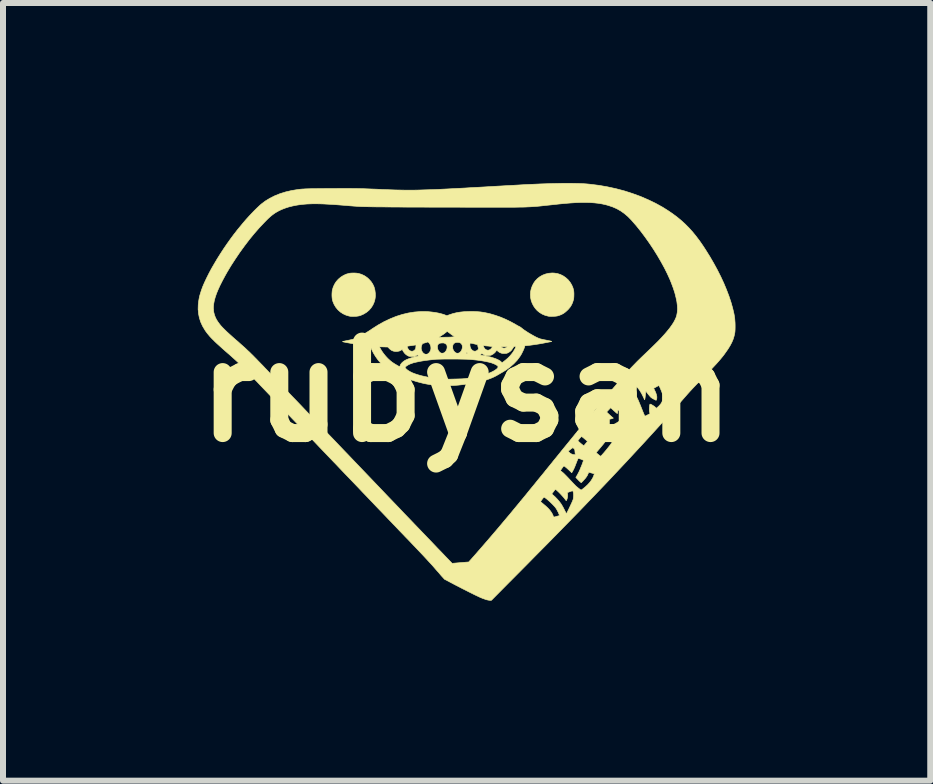
<source format=kicad_pcb>
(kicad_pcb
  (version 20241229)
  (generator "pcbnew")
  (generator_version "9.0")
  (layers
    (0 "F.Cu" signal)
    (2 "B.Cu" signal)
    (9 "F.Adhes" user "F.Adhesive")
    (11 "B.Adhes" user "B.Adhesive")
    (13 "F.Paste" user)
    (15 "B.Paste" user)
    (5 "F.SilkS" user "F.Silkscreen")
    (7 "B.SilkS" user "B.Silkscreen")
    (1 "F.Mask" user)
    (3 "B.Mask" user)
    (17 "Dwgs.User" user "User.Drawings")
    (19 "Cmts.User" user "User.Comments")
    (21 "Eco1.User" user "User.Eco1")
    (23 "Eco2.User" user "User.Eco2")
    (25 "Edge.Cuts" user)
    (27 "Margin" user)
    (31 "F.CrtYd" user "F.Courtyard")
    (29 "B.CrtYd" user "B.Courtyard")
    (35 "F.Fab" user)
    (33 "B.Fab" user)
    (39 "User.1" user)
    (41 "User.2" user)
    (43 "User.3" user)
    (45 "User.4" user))
  (footprint "rubysan"
    (layer "F.Cu")
    (at 4.724 3.476)
    (property "Reference" "rubysan" (at 0 0 0) (layer "F.SilkS") (effects (font (size 1.524 1.524) (thickness 0.3))))
    (attr through_hole)
    (fp_poly (pts (xy 1.464 -1.976) (xy 1.515 -1.968) (xy 1.564 -1.952) (xy 1.61 -1.929) (xy 1.652 -1.9) (xy 1.691 -1.865) (xy 1.724 -1.824) (xy 1.751 -1.78) (xy 1.772 -1.731) (xy 1.783 -1.691) (xy 1.786 -1.669) (xy 1.788 -1.642) (xy 1.788 -1.612) (xy 1.787 -1.582) (xy 1.785 -1.555) (xy 1.781 -1.533) (xy 1.78 -1.531) (xy 1.766 -1.485) (xy 1.748 -1.446) (xy 1.725 -1.409) (xy 1.696 -1.374) (xy 1.681 -1.359) (xy 1.648 -1.329) (xy 1.616 -1.305) (xy 1.583 -1.287) (xy 1.546 -1.272) (xy 1.517 -1.263) (xy 1.5 -1.26) (xy 1.477 -1.257) (xy 1.451 -1.256) (xy 1.423 -1.255) (xy 1.397 -1.255) (xy 1.375 -1.256) (xy 1.361 -1.258) (xy 1.308 -1.272) (xy 1.259 -1.293) (xy 1.215 -1.32) (xy 1.176 -1.352) (xy 1.143 -1.389) (xy 1.115 -1.43) (xy 1.093 -1.473) (xy 1.076 -1.52) (xy 1.066 -1.568) (xy 1.063 -1.617) (xy 1.066 -1.667) (xy 1.077 -1.716) (xy 1.095 -1.765) (xy 1.12 -1.812) (xy 1.143 -1.845) (xy 1.18 -1.884) (xy 1.221 -1.916) (xy 1.267 -1.942) (xy 1.317 -1.961) (xy 1.37 -1.973) (xy 1.426 -1.978) (xy 1.464 -1.976)) (stroke (width 0.01) (type solid)) (fill yes) (layer "F.SilkS"))
    (fp_poly (pts (xy -1.863 -1.977) (xy -1.832 -1.975) (xy -1.806 -1.971) (xy -1.804 -1.971) (xy -1.753 -1.956) (xy -1.704 -1.933) (xy -1.659 -1.903) (xy -1.631 -1.878) (xy -1.593 -1.837) (xy -1.564 -1.793) (xy -1.542 -1.746) (xy -1.528 -1.695) (xy -1.521 -1.641) (xy -1.521 -1.635) (xy -1.52 -1.595) (xy -1.523 -1.561) (xy -1.529 -1.529) (xy -1.539 -1.496) (xy -1.541 -1.489) (xy -1.563 -1.44) (xy -1.592 -1.396) (xy -1.627 -1.356) (xy -1.668 -1.322) (xy -1.714 -1.294) (xy -1.763 -1.272) (xy -1.783 -1.265) (xy -1.808 -1.26) (xy -1.838 -1.256) (xy -1.871 -1.255) (xy -1.904 -1.254) (xy -1.935 -1.256) (xy -1.958 -1.26) (xy -2.011 -1.276) (xy -2.06 -1.299) (xy -2.104 -1.328) (xy -2.144 -1.364) (xy -2.178 -1.405) (xy -2.206 -1.451) (xy -2.227 -1.5) (xy -2.238 -1.541) (xy -2.241 -1.566) (xy -2.243 -1.596) (xy -2.243 -1.629) (xy -2.241 -1.66) (xy -2.238 -1.688) (xy -2.237 -1.692) (xy -2.222 -1.743) (xy -2.2 -1.791) (xy -2.172 -1.835) (xy -2.137 -1.874) (xy -2.097 -1.908) (xy -2.053 -1.936) (xy -2.006 -1.958) (xy -1.955 -1.972) (xy -1.95 -1.973) (xy -1.925 -1.976) (xy -1.895 -1.977) (xy -1.863 -1.977)) (stroke (width 0.01) (type solid)) (fill yes) (layer "F.SilkS"))
    (fp_poly (pts (xy 0.17 -1.334) (xy 0.231 -1.329) (xy 0.291 -1.32) (xy 0.354 -1.307) (xy 0.396 -1.297) (xy 0.48 -1.272) (xy 0.566 -1.242) (xy 0.651 -1.206) (xy 0.735 -1.165) (xy 0.813 -1.122) (xy 0.832 -1.111) (xy 0.852 -1.099) (xy 0.87 -1.09) (xy 0.875 -1.088) (xy 0.893 -1.078) (xy 0.911 -1.065) (xy 0.921 -1.057) (xy 0.939 -1.042) (xy 0.963 -1.025) (xy 0.992 -1.006) (xy 1.024 -0.985) (xy 1.059 -0.964) (xy 1.094 -0.944) (xy 1.128 -0.925) (xy 1.16 -0.908) (xy 1.171 -0.903) (xy 1.187 -0.896) (xy 1.2 -0.89) (xy 1.214 -0.885) (xy 1.228 -0.88) (xy 1.245 -0.876) (xy 1.267 -0.871) (xy 1.294 -0.865) (xy 1.317 -0.861) (xy 1.345 -0.855) (xy 1.37 -0.85) (xy 1.391 -0.846) (xy 1.406 -0.842) (xy 1.416 -0.84) (xy 1.418 -0.84) (xy 1.418 -0.838) (xy 1.417 -0.837) (xy 1.412 -0.835) (xy 1.404 -0.833) (xy 1.391 -0.83) (xy 1.372 -0.827) (xy 1.348 -0.822) (xy 1.315 -0.816) (xy 1.302 -0.813) (xy 1.249 -0.803) (xy 1.196 -0.794) (xy 1.144 -0.786) (xy 1.095 -0.779) (xy 1.05 -0.773) (xy 1.012 -0.769) (xy 1.003 -0.768) (xy 0.971 -0.765) (xy 0.964 -0.739) (xy 0.956 -0.717) (xy 0.945 -0.691) (xy 0.931 -0.662) (xy 0.917 -0.633) (xy 0.901 -0.606) (xy 0.889 -0.587) (xy 0.842 -0.524) (xy 0.787 -0.466) (xy 0.725 -0.412) (xy 0.656 -0.361) (xy 0.604 -0.329) (xy 0.583 -0.317) (xy 0.562 -0.305) (xy 0.544 -0.294) (xy 0.532 -0.287) (xy 0.492 -0.264) (xy 0.45 -0.243) (xy 0.406 -0.224) (xy 0.358 -0.206) (xy 0.305 -0.19) (xy 0.247 -0.175) (xy 0.182 -0.16) (xy 0.112 -0.146) (xy 0.023 -0.13) (xy -0.061 -0.118) (xy -0.142 -0.109) (xy -0.222 -0.103) (xy -0.302 -0.101) (xy -0.385 -0.101) (xy -0.428 -0.102) (xy -0.487 -0.105) (xy -0.545 -0.11) (xy -0.6 -0.117) (xy -0.656 -0.126) (xy -0.713 -0.137) (xy -0.773 -0.152) (xy -0.836 -0.169) (xy -0.904 -0.19) (xy -0.969 -0.211) (xy -1.055 -0.242) (xy -1.133 -0.274) (xy -1.203 -0.308) (xy -1.267 -0.344) (xy -1.325 -0.383) (xy -1.347 -0.402) (xy -1.024 -0.402) (xy -1.022 -0.397) (xy -1.014 -0.388) (xy -1.004 -0.377) (xy -1.002 -0.375) (xy -0.977 -0.355) (xy -0.944 -0.335) (xy -0.904 -0.315) (xy -0.857 -0.297) (xy -0.804 -0.28) (xy -0.746 -0.264) (xy -0.683 -0.25) (xy -0.617 -0.237) (xy -0.546 -0.227) (xy -0.473 -0.218) (xy -0.398 -0.211) (xy -0.379 -0.21) (xy -0.359 -0.209) (xy -0.331 -0.209) (xy -0.299 -0.209) (xy -0.263 -0.209) (xy -0.224 -0.21) (xy -0.185 -0.211) (xy -0.146 -0.212) (xy -0.11 -0.213) (xy -0.078 -0.214) (xy -0.05 -0.216) (xy -0.03 -0.218) (xy -0.03 -0.218) (xy 0.033 -0.226) (xy 0.097 -0.236) (xy 0.159 -0.247) (xy 0.218 -0.26) (xy 0.273 -0.274) (xy 0.321 -0.289) (xy 0.349 -0.299) (xy 0.389 -0.315) (xy 0.425 -0.331) (xy 0.457 -0.348) (xy 0.483 -0.365) (xy 0.504 -0.381) (xy 0.518 -0.396) (xy 0.524 -0.41) (xy 0.525 -0.414) (xy 0.522 -0.422) (xy 0.514 -0.431) (xy 0.512 -0.434) (xy 0.487 -0.45) (xy 0.455 -0.465) (xy 0.415 -0.48) (xy 0.366 -0.493) (xy 0.31 -0.505) (xy 0.246 -0.516) (xy 0.174 -0.526) (xy 0.096 -0.534) (xy 0.076 -0.536) (xy 0.051 -0.538) (xy 0.018 -0.54) (xy -0.021 -0.541) (xy -0.064 -0.542) (xy -0.111 -0.543) (xy -0.161 -0.544) (xy -0.212 -0.544) (xy -0.264 -0.544) (xy -0.314 -0.544) (xy -0.363 -0.544) (xy -0.408 -0.543) (xy -0.449 -0.542) (xy -0.485 -0.541) (xy -0.514 -0.54) (xy -0.529 -0.538) (xy -0.616 -0.529) (xy -0.696 -0.519) (xy -0.768 -0.507) (xy -0.832 -0.494) (xy -0.887 -0.481) (xy -0.915 -0.471) (xy -0.943 -0.461) (xy -0.968 -0.449) (xy -0.99 -0.436) (xy -1.007 -0.424) (xy -1.019 -0.413) (xy -1.024 -0.403) (xy -1.024 -0.402) (xy -1.347 -0.402) (xy -1.377 -0.425) (xy -1.425 -0.471) (xy -1.469 -0.52) (xy -1.489 -0.547) (xy -1.511 -0.578) (xy -1.533 -0.612) (xy -1.554 -0.648) (xy -1.572 -0.683) (xy -1.587 -0.716) (xy -1.598 -0.744) (xy -1.599 -0.747) (xy -1.6 -0.749) (xy -1.452 -0.749) (xy -1.438 -0.72) (xy -1.414 -0.679) (xy -1.384 -0.636) (xy -1.35 -0.594) (xy -1.313 -0.554) (xy -1.275 -0.519) (xy -1.238 -0.489) (xy -1.234 -0.487) (xy -1.214 -0.474) (xy -1.193 -0.46) (xy -1.172 -0.448) (xy -1.152 -0.436) (xy -1.136 -0.427) (xy -1.123 -0.421) (xy -1.115 -0.418) (xy -1.113 -0.418) (xy -1.111 -0.424) (xy -1.107 -0.435) (xy -1.105 -0.44) (xy -1.1 -0.454) (xy -1.09 -0.467) (xy -1.075 -0.484) (xy -1.074 -0.485) (xy -1.052 -0.504) (xy -1.027 -0.521) (xy -0.997 -0.536) (xy -0.962 -0.55) (xy -0.921 -0.564) (xy -0.873 -0.577) (xy -0.863 -0.579) (xy -0.801 -0.595) (xy -0.814 -0.611) (xy 0.225 -0.611) (xy 0.283 -0.601) (xy 0.342 -0.59) (xy 0.397 -0.578) (xy 0.446 -0.563) (xy 0.489 -0.548) (xy 0.526 -0.531) (xy 0.556 -0.514) (xy 0.577 -0.496) (xy 0.577 -0.496) (xy 0.583 -0.49) (xy 0.588 -0.487) (xy 0.593 -0.486) (xy 0.6 -0.489) (xy 0.609 -0.495) (xy 0.623 -0.506) (xy 0.642 -0.521) (xy 0.647 -0.525) (xy 0.688 -0.56) (xy 0.724 -0.597) (xy 0.757 -0.637) (xy 0.762 -0.644) (xy 0.773 -0.659) (xy 0.784 -0.677) (xy 0.796 -0.696) (xy 0.806 -0.715) (xy 0.814 -0.731) (xy 0.82 -0.743) (xy 0.821 -0.749) (xy 0.817 -0.752) (xy 0.806 -0.753) (xy 0.803 -0.753) (xy 0.794 -0.752) (xy 0.787 -0.749) (xy 0.781 -0.742) (xy 0.774 -0.73) (xy 0.771 -0.726) (xy 0.749 -0.693) (xy 0.722 -0.668) (xy 0.694 -0.651) (xy 0.68 -0.644) (xy 0.669 -0.64) (xy 0.657 -0.638) (xy 0.641 -0.637) (xy 0.627 -0.637) (xy 0.606 -0.637) (xy 0.591 -0.639) (xy 0.579 -0.642) (xy 0.566 -0.647) (xy 0.56 -0.649) (xy 0.544 -0.658) (xy 0.528 -0.669) (xy 0.518 -0.677) (xy 0.502 -0.694) (xy 0.491 -0.676) (xy 0.471 -0.651) (xy 0.446 -0.63) (xy 0.42 -0.614) (xy 0.407 -0.609) (xy 0.395 -0.606) (xy 0.381 -0.604) (xy 0.363 -0.603) (xy 0.355 -0.603) (xy 0.336 -0.603) (xy 0.322 -0.604) (xy 0.31 -0.607) (xy 0.298 -0.612) (xy 0.284 -0.619) (xy 0.253 -0.635) (xy 0.239 -0.623) (xy 0.225 -0.611) (xy -0.814 -0.611) (xy -0.816 -0.614) (xy -0.843 -0.6) (xy -0.856 -0.594) (xy -0.866 -0.59) (xy -0.877 -0.587) (xy -0.892 -0.587) (xy -0.912 -0.586) (xy -0.932 -0.587) (xy -0.947 -0.588) (xy -0.959 -0.59) (xy -0.97 -0.594) (xy -0.979 -0.598) (xy -1.008 -0.617) (xy -1.034 -0.642) (xy -1.055 -0.671) (xy -1.058 -0.677) (xy -1.065 -0.689) (xy -1.07 -0.699) (xy -1.073 -0.703) (xy -1.073 -0.703) (xy -1.077 -0.701) (xy -1.086 -0.695) (xy -1.091 -0.692) (xy -1.119 -0.678) (xy -1.151 -0.671) (xy -1.185 -0.67) (xy -1.217 -0.675) (xy -1.246 -0.686) (xy -1.272 -0.704) (xy -1.288 -0.719) (xy -1.312 -0.744) (xy -1.452 -0.749) (xy -1.6 -0.749) (xy -1.6 -0.751) (xy -0.991 -0.751) (xy -0.988 -0.741) (xy -0.982 -0.728) (xy -0.974 -0.713) (xy -0.964 -0.7) (xy -0.958 -0.693) (xy -0.939 -0.68) (xy -0.918 -0.674) (xy -0.898 -0.675) (xy -0.886 -0.679) (xy -0.875 -0.686) (xy -0.864 -0.696) (xy -0.861 -0.699) (xy -0.854 -0.707) (xy -0.85 -0.716) (xy -0.848 -0.724) (xy -0.757 -0.724) (xy -0.752 -0.694) (xy -0.74 -0.667) (xy -0.73 -0.652) (xy -0.71 -0.634) (xy -0.69 -0.624) (xy -0.669 -0.623) (xy -0.65 -0.628) (xy -0.637 -0.637) (xy -0.007 -0.637) (xy -0.006 -0.632) (xy 0.002 -0.631) (xy 0.006 -0.631) (xy 0.021 -0.631) (xy 0.003 -0.656) (xy -0.003 -0.647) (xy -0.007 -0.637) (xy -0.637 -0.637) (xy -0.635 -0.638) (xy -0.62 -0.654) (xy -0.607 -0.674) (xy -0.598 -0.694) (xy -0.594 -0.723) (xy -0.596 -0.752) (xy -0.597 -0.754) (xy -0.486 -0.754) (xy -0.486 -0.732) (xy -0.48 -0.708) (xy -0.471 -0.686) (xy -0.456 -0.666) (xy -0.437 -0.649) (xy -0.434 -0.647) (xy -0.417 -0.641) (xy -0.397 -0.641) (xy -0.377 -0.647) (xy -0.365 -0.655) (xy -0.348 -0.673) (xy -0.334 -0.697) (xy -0.326 -0.723) (xy -0.324 -0.744) (xy -0.324 -0.744) (xy -0.233 -0.744) (xy -0.229 -0.713) (xy -0.218 -0.686) (xy -0.2 -0.663) (xy -0.184 -0.65) (xy -0.164 -0.641) (xy -0.143 -0.64) (xy -0.121 -0.648) (xy -0.111 -0.655) (xy -0.093 -0.674) (xy -0.08 -0.698) (xy -0.072 -0.726) (xy -0.07 -0.745) (xy -0.073 -0.772) (xy -0.075 -0.776) (xy 0.055 -0.776) (xy 0.059 -0.749) (xy 0.068 -0.723) (xy 0.083 -0.701) (xy 0.101 -0.685) (xy 0.122 -0.676) (xy 0.142 -0.674) (xy 0.162 -0.68) (xy 0.167 -0.683) (xy 0.179 -0.691) (xy 0.189 -0.7) (xy 0.191 -0.703) (xy 0.195 -0.709) (xy 0.197 -0.716) (xy 0.195 -0.725) (xy 0.193 -0.737) (xy 0.189 -0.752) (xy 0.187 -0.765) (xy 0.187 -0.767) (xy 0.277 -0.767) (xy 0.28 -0.759) (xy 0.282 -0.753) (xy 0.294 -0.728) (xy 0.31 -0.709) (xy 0.329 -0.697) (xy 0.35 -0.691) (xy 0.372 -0.693) (xy 0.385 -0.699) (xy 0.397 -0.706) (xy 0.409 -0.718) (xy 0.419 -0.73) (xy 0.426 -0.741) (xy 0.427 -0.746) (xy 0.579 -0.746) (xy 0.579 -0.744) (xy 0.58 -0.743) (xy 0.599 -0.73) (xy 0.62 -0.725) (xy 0.642 -0.727) (xy 0.659 -0.735) (xy 0.669 -0.741) (xy 0.676 -0.746) (xy 0.677 -0.747) (xy 0.673 -0.748) (xy 0.663 -0.749) (xy 0.647 -0.749) (xy 0.627 -0.749) (xy 0.626 -0.749) (xy 0.604 -0.749) (xy 0.59 -0.749) (xy 0.582 -0.748) (xy 0.579 -0.746) (xy 0.427 -0.746) (xy 0.428 -0.748) (xy 0.427 -0.749) (xy 0.426 -0.751) (xy 0.422 -0.752) (xy 0.415 -0.754) (xy 0.404 -0.755) (xy 0.387 -0.757) (xy 0.364 -0.76) (xy 0.337 -0.762) (xy 0.317 -0.764) (xy 0.3 -0.766) (xy 0.288 -0.768) (xy 0.283 -0.769) (xy 0.278 -0.77) (xy 0.277 -0.767) (xy 0.187 -0.767) (xy 0.186 -0.771) (xy 0.184 -0.781) (xy 0.177 -0.785) (xy 0.169 -0.787) (xy 0.155 -0.79) (xy 0.137 -0.794) (xy 0.116 -0.799) (xy 0.114 -0.8) (xy 0.091 -0.805) (xy 0.074 -0.808) (xy 0.064 -0.809) (xy 0.059 -0.808) (xy 0.058 -0.807) (xy 0.057 -0.801) (xy 0.055 -0.788) (xy 0.055 -0.776) (xy -0.075 -0.776) (xy -0.083 -0.793) (xy -0.099 -0.809) (xy -0.12 -0.819) (xy -0.147 -0.822) (xy -0.177 -0.82) (xy -0.2 -0.811) (xy -0.217 -0.797) (xy -0.228 -0.777) (xy -0.232 -0.752) (xy -0.233 -0.744) (xy -0.324 -0.744) (xy -0.326 -0.766) (xy -0.333 -0.782) (xy -0.346 -0.795) (xy -0.36 -0.804) (xy -0.372 -0.809) (xy -0.383 -0.812) (xy -0.398 -0.812) (xy -0.411 -0.812) (xy -0.428 -0.81) (xy -0.444 -0.808) (xy -0.454 -0.804) (xy -0.455 -0.804) (xy -0.471 -0.792) (xy -0.481 -0.775) (xy -0.486 -0.754) (xy -0.597 -0.754) (xy -0.605 -0.78) (xy -0.619 -0.805) (xy -0.629 -0.815) (xy -0.643 -0.829) (xy -0.689 -0.815) (xy -0.734 -0.802) (xy -0.744 -0.782) (xy -0.754 -0.754) (xy -0.757 -0.724) (xy -0.848 -0.724) (xy -0.847 -0.726) (xy -0.846 -0.742) (xy -0.845 -0.747) (xy -0.843 -0.78) (xy -0.855 -0.778) (xy -0.864 -0.776) (xy -0.878 -0.774) (xy -0.897 -0.771) (xy -0.915 -0.768) (xy -0.942 -0.765) (xy -0.961 -0.762) (xy -0.975 -0.76) (xy -0.983 -0.758) (xy -0.988 -0.756) (xy -0.99 -0.754) (xy -0.991 -0.752) (xy -0.991 -0.751) (xy -1.6 -0.751) (xy -1.603 -0.76) (xy -1.686 -0.769) (xy -1.715 -0.773) (xy -1.747 -0.777) (xy -1.782 -0.782) (xy -1.819 -0.788) (xy -1.857 -0.794) (xy -1.894 -0.8) (xy -1.93 -0.806) (xy -1.964 -0.812) (xy -1.995 -0.817) (xy -2.022 -0.823) (xy -2.043 -0.827) (xy -2.058 -0.831) (xy -2.066 -0.833) (xy -2.067 -0.834) (xy -2.064 -0.836) (xy -2.054 -0.839) (xy -2.038 -0.842) (xy -2.017 -0.847) (xy -1.992 -0.852) (xy -1.978 -0.855) (xy -1.949 -0.861) (xy -1.922 -0.867) (xy -1.896 -0.873) (xy -1.876 -0.878) (xy -1.861 -0.883) (xy -1.858 -0.883) (xy -1.833 -0.894) (xy -1.811 -0.905) (xy -0.464 -0.905) (xy -0.349 -0.908) (xy -0.318 -0.908) (xy -0.288 -0.909) (xy -0.262 -0.91) (xy -0.24 -0.912) (xy -0.224 -0.913) (xy -0.216 -0.913) (xy -0.197 -0.917) (xy -0.218 -0.929) (xy -0.229 -0.936) (xy -0.246 -0.947) (xy -0.264 -0.961) (xy -0.281 -0.974) (xy -0.324 -1.006) (xy -0.343 -0.989) (xy -0.354 -0.981) (xy -0.369 -0.969) (xy -0.388 -0.955) (xy -0.409 -0.942) (xy -0.413 -0.939) (xy -0.464 -0.905) (xy -1.811 -0.905) (xy -1.801 -0.91) (xy -1.765 -0.929) (xy -1.725 -0.951) (xy -1.683 -0.977) (xy -1.639 -1.004) (xy -1.594 -1.033) (xy -1.573 -1.048) (xy -1.474 -1.111) (xy -1.374 -1.167) (xy -1.274 -1.214) (xy -1.173 -1.255) (xy -1.072 -1.287) (xy -0.971 -1.311) (xy -0.871 -1.327) (xy -0.771 -1.335) (xy -0.672 -1.335) (xy -0.646 -1.334) (xy -0.587 -1.328) (xy -0.53 -1.321) (xy -0.475 -1.311) (xy -0.425 -1.299) (xy -0.38 -1.286) (xy -0.354 -1.276) (xy -0.329 -1.266) (xy -0.289 -1.281) (xy -0.232 -1.3) (xy -0.172 -1.315) (xy -0.108 -1.326) (xy -0.04 -1.333) (xy 0.035 -1.336) (xy 0.036 -1.336) (xy 0.106 -1.337) (xy 0.17 -1.334)) (stroke (width 0.01) (type solid)) (fill yes) (layer "F.SilkS"))
    (fp_poly (pts (xy 1.758 -3.471) (xy 1.814 -3.47) (xy 1.864 -3.469) (xy 1.911 -3.467) (xy 1.955 -3.465) (xy 1.998 -3.462) (xy 2.042 -3.458) (xy 2.06 -3.456) (xy 2.205 -3.438) (xy 2.348 -3.413) (xy 2.49 -3.382) (xy 2.63 -3.345) (xy 2.766 -3.301) (xy 2.898 -3.253) (xy 3.025 -3.198) (xy 3.148 -3.139) (xy 3.264 -3.075) (xy 3.353 -3.019) (xy 3.431 -2.966) (xy 3.504 -2.912) (xy 3.573 -2.855) (xy 3.638 -2.796) (xy 3.7 -2.734) (xy 3.761 -2.667) (xy 3.82 -2.595) (xy 3.879 -2.517) (xy 3.938 -2.432) (xy 3.983 -2.363) (xy 4.053 -2.251) (xy 4.118 -2.139) (xy 4.179 -2.027) (xy 4.235 -1.916) (xy 4.286 -1.806) (xy 4.331 -1.698) (xy 4.371 -1.593) (xy 4.405 -1.491) (xy 4.433 -1.392) (xy 4.455 -1.298) (xy 4.462 -1.257) (xy 4.467 -1.225) (xy 4.47 -1.187) (xy 4.473 -1.147) (xy 4.474 -1.106) (xy 4.474 -1.066) (xy 4.473 -1.029) (xy 4.471 -0.997) (xy 4.468 -0.977) (xy 4.457 -0.926) (xy 4.441 -0.874) (xy 4.419 -0.822) (xy 4.39 -0.767) (xy 4.355 -0.71) (xy 4.348 -0.7) (xy 4.322 -0.663) (xy 4.296 -0.626) (xy 4.267 -0.588) (xy 4.235 -0.549) (xy 4.201 -0.509) (xy 4.163 -0.466) (xy 4.12 -0.42) (xy 4.073 -0.37) (xy 4.021 -0.315) (xy 3.984 -0.277) (xy 3.939 -0.232) (xy 3.9 -0.192) (xy 3.866 -0.157) (xy 3.835 -0.126) (xy 3.809 -0.099) (xy 3.785 -0.074) (xy 3.764 -0.052) (xy 3.745 -0.031) (xy 3.727 -0.012) (xy 3.71 0.007) (xy 3.693 0.026) (xy 3.675 0.046) (xy 3.657 0.067) (xy 3.647 0.078) (xy 3.522 0.221) (xy 3.391 0.369) (xy 3.254 0.522) (xy 3.112 0.678) (xy 2.966 0.838) (xy 2.816 1) (xy 2.663 1.165) (xy 2.506 1.332) (xy 2.489 1.35) (xy 2.416 1.428) (xy 2.342 1.506) (xy 2.268 1.584) (xy 2.193 1.662) (xy 2.118 1.741) (xy 2.041 1.82) (xy 1.963 1.902) (xy 1.883 1.985) (xy 1.8 2.07) (xy 1.715 2.157) (xy 1.627 2.247) (xy 1.536 2.34) (xy 1.441 2.437) (xy 1.343 2.537) (xy 1.24 2.641) (xy 1.132 2.75) (xy 1.02 2.864) (xy 0.903 2.982) (xy 0.78 3.106) (xy 0.708 3.178) (xy 0.413 3.476) (xy 0.385 3.476) (xy 0.362 3.473) (xy 0.334 3.467) (xy 0.315 3.461) (xy 0.293 3.453) (xy 0.267 3.444) (xy 0.241 3.433) (xy 0.226 3.427) (xy 0.207 3.418) (xy 0.182 3.406) (xy 0.15 3.391) (xy 0.113 3.373) (xy 0.073 3.353) (xy 0.029 3.331) (xy -0.018 3.307) (xy -0.066 3.283) (xy -0.114 3.258) (xy -0.163 3.233) (xy -0.211 3.208) (xy -0.231 3.197) (xy -0.367 3.126) (xy -0.407 3.082) (xy -0.42 3.068) (xy -0.437 3.048) (xy -0.457 3.024) (xy -0.48 2.998) (xy -0.505 2.97) (xy -0.53 2.941) (xy -0.542 2.927) (xy -0.562 2.904) (xy -0.587 2.876) (xy -0.617 2.844) (xy -0.65 2.808) (xy -0.685 2.77) (xy -0.722 2.73) (xy -0.76 2.69) (xy -0.798 2.65) (xy -0.835 2.611) (xy -0.836 2.61) (xy -0.877 2.567) (xy -0.915 2.527) (xy -0.952 2.488) (xy -0.988 2.451) (xy -1.023 2.415) (xy -1.057 2.379) (xy -1.091 2.344) (xy -1.124 2.31) (xy -1.157 2.275) (xy -1.191 2.239) (xy -1.226 2.203) (xy -1.261 2.166) (xy -1.298 2.128) (xy -1.336 2.088) (xy -1.376 2.046) (xy -1.418 2.002) (xy -1.463 1.956) (xy -1.51 1.907) (xy -1.56 1.854) (xy -1.613 1.799) (xy -1.67 1.739) (xy -1.731 1.676) (xy -1.795 1.608) (xy -1.864 1.536) (xy -1.938 1.459) (xy -2.017 1.377) (xy -2.101 1.289) (xy -2.19 1.195) (xy -2.21 1.175) (xy -2.328 1.052) (xy -2.44 0.935) (xy -2.546 0.823) (xy -2.647 0.718) (xy -2.743 0.618) (xy -2.833 0.523) (xy -2.919 0.434) (xy -2.999 0.349) (xy -3.075 0.27) (xy -3.146 0.196) (xy -3.213 0.126) (xy -3.276 0.061) (xy -3.334 0.000375) (xy -3.388 -0.056) (xy -3.438 -0.108) (xy -3.484 -0.157) (xy -3.527 -0.201) (xy -3.566 -0.242) (xy -3.602 -0.279) (xy -3.634 -0.313) (xy -3.663 -0.343) (xy -3.674 -0.354) (xy -3.721 -0.402) (xy -3.766 -0.447) (xy -3.811 -0.491) (xy -3.859 -0.535) (xy -3.909 -0.58) (xy -3.965 -0.63) (xy -3.967 -0.631) (xy -4.023 -0.68) (xy -4.074 -0.725) (xy -4.119 -0.766) (xy -4.159 -0.802) (xy -4.194 -0.835) (xy -4.225 -0.866) (xy -4.253 -0.894) (xy -4.277 -0.92) (xy -4.299 -0.946) (xy -4.319 -0.97) (xy -4.337 -0.994) (xy -4.354 -1.018) (xy -4.361 -1.029) (xy -4.4 -1.095) (xy -4.431 -1.163) (xy -4.453 -1.233) (xy -4.467 -1.304) (xy -4.473 -1.376) (xy -4.472 -1.416) (xy -4.218 -1.416) (xy -4.218 -1.369) (xy -4.212 -1.323) (xy -4.201 -1.28) (xy -4.185 -1.237) (xy -4.164 -1.196) (xy -4.137 -1.155) (xy -4.113 -1.123) (xy -4.091 -1.096) (xy -4.063 -1.066) (xy -4.03 -1.033) (xy -3.992 -0.996) (xy -3.947 -0.955) (xy -3.897 -0.91) (xy -3.859 -0.876) (xy -3.807 -0.832) (xy -3.762 -0.791) (xy -3.721 -0.755) (xy -3.684 -0.722) (xy -3.651 -0.69) (xy -3.619 -0.661) (xy -3.589 -0.631) (xy -3.559 -0.602) (xy -3.533 -0.575) (xy -3.523 -0.565) (xy -3.512 -0.554) (xy -3.499 -0.541) (xy -3.485 -0.526) (xy -3.469 -0.509) (xy -3.45 -0.49) (xy -3.43 -0.469) (xy -3.407 -0.446) (xy -3.382 -0.42) (xy -3.355 -0.391) (xy -3.324 -0.359) (xy -3.291 -0.324) (xy -3.254 -0.286) (xy -3.215 -0.245) (xy -3.172 -0.2) (xy -3.125 -0.152) (xy -3.075 -0.099) (xy -3.021 -0.043) (xy -2.963 0.018) (xy -2.901 0.083) (xy -2.834 0.152) (xy -2.763 0.226) (xy -2.688 0.305) (xy -2.608 0.389) (xy -2.522 0.478) (xy -2.432 0.572) (xy -2.337 0.672) (xy -2.236 0.777) (xy -2.13 0.888) (xy -2.018 1.005) (xy -1.985 1.039) (xy -1.867 1.163) (xy -1.751 1.284) (xy -1.639 1.401) (xy -1.53 1.515) (xy -1.425 1.625) (xy -1.323 1.732) (xy -1.225 1.834) (xy -1.131 1.932) (xy -1.041 2.027) (xy -0.955 2.116) (xy -0.873 2.202) (xy -0.796 2.282) (xy -0.723 2.358) (xy -0.655 2.429) (xy -0.592 2.494) (xy -0.534 2.555) (xy -0.482 2.61) (xy -0.434 2.659) (xy -0.392 2.703) (xy -0.356 2.741) (xy -0.327 2.771) (xy -0.241 2.86) (xy -0.102 2.848) (xy 0.036 2.837) (xy 0.052 2.818) (xy 0.065 2.804) (xy 0.083 2.784) (xy 0.105 2.759) (xy 0.131 2.73) (xy 0.159 2.698) (xy 0.189 2.663) (xy 0.221 2.627) (xy 0.253 2.59) (xy 0.285 2.553) (xy 0.317 2.516) (xy 0.347 2.482) (xy 0.374 2.45) (xy 0.386 2.436) (xy 0.434 2.38) (xy 0.481 2.325) (xy 0.528 2.27) (xy 0.575 2.214) (xy 0.622 2.158) (xy 0.67 2.101) (xy 0.72 2.042) (xy 0.77 1.981) (xy 0.822 1.918) (xy 0.877 1.852) (xy 0.894 1.831) (xy 1.233 1.831) (xy 1.237 1.836) (xy 1.246 1.844) (xy 1.259 1.855) (xy 1.275 1.868) (xy 1.278 1.871) (xy 1.321 1.907) (xy 1.357 1.941) (xy 1.387 1.974) (xy 1.411 2.007) (xy 1.431 2.041) (xy 1.446 2.077) (xy 1.449 2.084) (xy 1.451 2.087) (xy 1.454 2.088) (xy 1.462 2.087) (xy 1.473 2.085) (xy 1.492 2.08) (xy 1.497 2.078) (xy 1.515 2.073) (xy 1.53 2.069) (xy 1.541 2.066) (xy 1.544 2.064) (xy 1.545 2.058) (xy 1.542 2.046) (xy 1.535 2.03) (xy 1.527 2.01) (xy 1.516 1.99) (xy 1.505 1.968) (xy 1.493 1.948) (xy 1.481 1.931) (xy 1.469 1.916) (xy 1.453 1.899) (xy 1.434 1.879) (xy 1.414 1.859) (xy 1.392 1.838) (xy 1.37 1.818) (xy 1.349 1.8) (xy 1.329 1.783) (xy 1.313 1.771) (xy 1.3 1.762) (xy 1.291 1.758) (xy 1.289 1.758) (xy 1.285 1.762) (xy 1.276 1.771) (xy 1.266 1.783) (xy 1.256 1.797) (xy 1.246 1.811) (xy 1.238 1.822) (xy 1.234 1.83) (xy 1.233 1.831) (xy 0.894 1.831) (xy 0.934 1.783) (xy 0.994 1.71) (xy 0.999 1.704) (xy 1.419 1.704) (xy 1.434 1.716) (xy 1.472 1.75) (xy 1.509 1.788) (xy 1.545 1.83) (xy 1.576 1.872) (xy 1.577 1.873) (xy 1.585 1.887) (xy 1.597 1.907) (xy 1.61 1.93) (xy 1.623 1.955) (xy 1.629 1.967) (xy 1.64 1.989) (xy 1.649 2.007) (xy 1.657 2.021) (xy 1.662 2.03) (xy 1.664 2.032) (xy 1.666 2.028) (xy 1.672 2.018) (xy 1.68 2.002) (xy 1.69 1.981) (xy 1.702 1.957) (xy 1.715 1.929) (xy 1.717 1.925) (xy 1.731 1.896) (xy 1.744 1.868) (xy 1.756 1.842) (xy 1.765 1.82) (xy 1.772 1.803) (xy 1.776 1.792) (xy 1.779 1.772) (xy 1.781 1.75) (xy 1.782 1.726) (xy 1.781 1.703) (xy 1.779 1.683) (xy 1.775 1.666) (xy 1.771 1.656) (xy 1.767 1.652) (xy 1.761 1.653) (xy 1.749 1.656) (xy 1.733 1.661) (xy 1.719 1.666) (xy 1.7 1.673) (xy 1.688 1.678) (xy 1.681 1.682) (xy 1.679 1.686) (xy 1.679 1.69) (xy 1.68 1.691) (xy 1.683 1.706) (xy 1.683 1.727) (xy 1.682 1.749) (xy 1.678 1.772) (xy 1.673 1.79) (xy 1.667 1.803) (xy 1.663 1.812) (xy 1.66 1.816) (xy 1.657 1.813) (xy 1.65 1.804) (xy 1.64 1.791) (xy 1.636 1.785) (xy 1.626 1.772) (xy 1.612 1.756) (xy 1.594 1.736) (xy 1.575 1.715) (xy 1.555 1.694) (xy 1.535 1.674) (xy 1.517 1.657) (xy 1.502 1.643) (xy 1.492 1.635) (xy 1.478 1.626) (xy 1.419 1.704) (xy 0.999 1.704) (xy 1.056 1.633) (xy 1.123 1.552) (xy 1.193 1.465) (xy 1.268 1.374) (xy 1.315 1.316) (xy 1.562 1.316) (xy 1.578 1.327) (xy 1.597 1.342) (xy 1.616 1.358) (xy 1.636 1.378) (xy 1.659 1.401) (xy 1.685 1.428) (xy 1.716 1.461) (xy 1.723 1.469) (xy 1.745 1.492) (xy 1.766 1.515) (xy 1.786 1.536) (xy 1.804 1.554) (xy 1.817 1.568) (xy 1.825 1.575) (xy 1.844 1.591) (xy 1.863 1.607) (xy 1.88 1.62) (xy 1.894 1.63) (xy 1.904 1.637) (xy 1.908 1.638) (xy 1.913 1.636) (xy 1.923 1.629) (xy 1.936 1.62) (xy 1.941 1.616) (xy 1.979 1.585) (xy 2.015 1.552) (xy 2.047 1.517) (xy 2.074 1.482) (xy 2.095 1.449) (xy 2.099 1.442) (xy 2.106 1.428) (xy 2.113 1.412) (xy 2.119 1.396) (xy 2.124 1.382) (xy 2.127 1.372) (xy 2.128 1.368) (xy 2.123 1.367) (xy 2.113 1.364) (xy 2.098 1.359) (xy 2.082 1.355) (xy 2.065 1.35) (xy 2.05 1.346) (xy 2.039 1.344) (xy 2.034 1.343) (xy 2.034 1.343) (xy 2.032 1.347) (xy 2.029 1.357) (xy 2.026 1.363) (xy 2.009 1.4) (xy 1.984 1.437) (xy 1.95 1.475) (xy 1.949 1.477) (xy 1.91 1.517) (xy 1.887 1.497) (xy 1.872 1.483) (xy 1.856 1.466) (xy 1.842 1.452) (xy 1.82 1.427) (xy 1.836 1.403) (xy 1.844 1.389) (xy 1.854 1.37) (xy 1.865 1.349) (xy 1.874 1.332) (xy 1.881 1.315) (xy 1.891 1.294) (xy 1.9 1.27) (xy 1.911 1.245) (xy 1.921 1.22) (xy 1.93 1.197) (xy 1.937 1.176) (xy 1.943 1.16) (xy 1.947 1.149) (xy 1.947 1.146) (xy 1.944 1.142) (xy 1.934 1.137) (xy 1.92 1.13) (xy 1.904 1.124) (xy 1.888 1.118) (xy 1.873 1.114) (xy 1.863 1.111) (xy 1.859 1.112) (xy 1.856 1.117) (xy 1.851 1.128) (xy 1.844 1.145) (xy 1.836 1.165) (xy 1.83 1.181) (xy 1.816 1.216) (xy 1.805 1.245) (xy 1.795 1.268) (xy 1.786 1.288) (xy 1.777 1.306) (xy 1.767 1.324) (xy 1.767 1.324) (xy 1.752 1.351) (xy 1.711 1.311) (xy 1.693 1.295) (xy 1.675 1.278) (xy 1.658 1.264) (xy 1.645 1.253) (xy 1.635 1.245) (xy 1.627 1.24) (xy 1.621 1.239) (xy 1.615 1.242) (xy 1.608 1.25) (xy 1.598 1.264) (xy 1.586 1.281) (xy 1.562 1.316) (xy 1.315 1.316) (xy 1.347 1.276) (xy 1.431 1.173) (xy 1.439 1.162) (xy 1.533 1.047) (xy 1.578 0.991) (xy 1.693 0.991) (xy 1.702 1.002) (xy 1.722 1.022) (xy 1.746 1.037) (xy 1.773 1.047) (xy 1.794 1.05) (xy 1.806 1.049) (xy 1.811 1.048) (xy 1.811 1.043) (xy 1.81 1.04) (xy 1.809 1.032) (xy 1.807 1.017) (xy 1.807 1.016) (xy 2.158 1.016) (xy 2.17 1.026) (xy 2.192 1.044) (xy 2.207 1.057) (xy 2.219 1.066) (xy 2.226 1.071) (xy 2.231 1.074) (xy 2.233 1.075) (xy 2.233 1.075) (xy 2.237 1.072) (xy 2.246 1.064) (xy 2.258 1.051) (xy 2.272 1.035) (xy 2.282 1.024) (xy 2.321 0.978) (xy 2.353 0.938) (xy 2.38 0.904) (xy 2.395 0.885) (xy 2.406 0.869) (xy 2.418 0.851) (xy 2.429 0.833) (xy 2.439 0.817) (xy 2.447 0.804) (xy 2.451 0.795) (xy 2.451 0.793) (xy 2.448 0.79) (xy 2.438 0.783) (xy 2.424 0.775) (xy 2.409 0.767) (xy 2.367 0.745) (xy 2.36 0.757) (xy 2.346 0.779) (xy 2.331 0.802) (xy 2.315 0.825) (xy 2.297 0.849) (xy 2.276 0.876) (xy 2.251 0.906) (xy 2.222 0.941) (xy 2.2 0.967) (xy 2.158 1.016) (xy 1.807 1.016) (xy 1.806 1) (xy 1.805 0.995) (xy 1.804 0.978) (xy 1.801 0.966) (xy 1.798 0.958) (xy 1.793 0.952) (xy 1.788 0.947) (xy 1.778 0.939) (xy 1.771 0.934) (xy 1.77 0.933) (xy 1.765 0.936) (xy 1.756 0.943) (xy 1.742 0.952) (xy 1.73 0.962) (xy 1.693 0.991) (xy 1.578 0.991) (xy 1.621 0.938) (xy 1.705 0.835) (xy 1.719 0.818) (xy 1.854 0.818) (xy 1.857 0.822) (xy 1.865 0.829) (xy 1.877 0.84) (xy 1.892 0.853) (xy 1.907 0.866) (xy 1.922 0.878) (xy 1.936 0.889) (xy 1.946 0.897) (xy 1.951 0.901) (xy 1.952 0.901) (xy 1.956 0.897) (xy 1.963 0.889) (xy 1.974 0.877) (xy 1.979 0.87) (xy 1.991 0.856) (xy 2.001 0.844) (xy 2.008 0.835) (xy 2.01 0.833) (xy 2.011 0.83) (xy 2.01 0.826) (xy 2.006 0.82) (xy 1.997 0.812) (xy 1.984 0.8) (xy 1.966 0.786) (xy 1.949 0.771) (xy 1.934 0.759) (xy 1.922 0.751) (xy 1.915 0.746) (xy 1.914 0.746) (xy 1.91 0.75) (xy 1.902 0.758) (xy 1.891 0.77) (xy 1.88 0.783) (xy 1.87 0.796) (xy 1.861 0.808) (xy 1.855 0.815) (xy 1.854 0.818) (xy 1.719 0.818) (xy 1.784 0.738) (xy 1.845 0.663) (xy 2.605 0.663) (xy 2.605 0.667) (xy 2.609 0.676) (xy 2.615 0.69) (xy 2.623 0.705) (xy 2.631 0.721) (xy 2.638 0.735) (xy 2.644 0.745) (xy 2.647 0.749) (xy 2.647 0.749) (xy 2.653 0.747) (xy 2.664 0.742) (xy 2.678 0.735) (xy 2.688 0.73) (xy 2.704 0.721) (xy 2.723 0.71) (xy 2.744 0.698) (xy 2.763 0.686) (xy 2.782 0.675) (xy 2.797 0.666) (xy 2.809 0.658) (xy 2.815 0.654) (xy 2.815 0.653) (xy 2.813 0.65) (xy 2.807 0.641) (xy 2.799 0.628) (xy 2.79 0.613) (xy 2.78 0.599) (xy 2.772 0.586) (xy 2.765 0.576) (xy 2.762 0.572) (xy 2.759 0.574) (xy 2.749 0.579) (xy 2.735 0.587) (xy 2.718 0.598) (xy 2.717 0.598) (xy 2.696 0.611) (xy 2.673 0.624) (xy 2.652 0.637) (xy 2.639 0.643) (xy 2.624 0.652) (xy 2.613 0.658) (xy 2.606 0.662) (xy 2.605 0.663) (xy 1.845 0.663) (xy 1.859 0.646) (xy 1.931 0.558) (xy 1.999 0.476) (xy 2.063 0.397) (xy 2.112 0.338) (xy 2.335 0.338) (xy 2.338 0.343) (xy 2.346 0.351) (xy 2.358 0.363) (xy 2.372 0.376) (xy 2.388 0.391) (xy 2.404 0.405) (xy 2.419 0.418) (xy 2.426 0.424) (xy 2.445 0.44) (xy 2.428 0.447) (xy 2.413 0.452) (xy 2.397 0.456) (xy 2.395 0.456) (xy 2.379 0.458) (xy 2.379 0.556) (xy 2.406 0.553) (xy 2.425 0.551) (xy 2.446 0.545) (xy 2.457 0.542) (xy 2.473 0.535) (xy 2.492 0.524) (xy 2.509 0.514) (xy 2.536 0.496) (xy 2.554 0.504) (xy 2.574 0.511) (xy 2.598 0.518) (xy 2.625 0.524) (xy 2.638 0.527) (xy 2.649 0.53) (xy 2.654 0.534) (xy 2.654 0.535) (xy 2.658 0.539) (xy 2.669 0.542) (xy 2.683 0.544) (xy 2.701 0.545) (xy 2.719 0.547) (xy 2.731 0.549) (xy 2.75 0.551) (xy 2.766 0.484) (xy 2.771 0.462) (xy 2.775 0.443) (xy 2.779 0.428) (xy 2.78 0.419) (xy 2.78 0.417) (xy 2.776 0.417) (xy 2.765 0.418) (xy 2.748 0.42) (xy 2.729 0.424) (xy 2.728 0.424) (xy 2.698 0.428) (xy 2.673 0.43) (xy 2.651 0.429) (xy 2.631 0.425) (xy 2.615 0.421) (xy 2.596 0.414) (xy 2.604 0.396) (xy 2.608 0.385) (xy 2.611 0.37) (xy 2.615 0.352) (xy 2.618 0.335) (xy 2.62 0.32) (xy 2.62 0.31) (xy 2.619 0.306) (xy 2.614 0.306) (xy 2.603 0.306) (xy 2.586 0.306) (xy 2.568 0.307) (xy 2.519 0.31) (xy 2.519 0.326) (xy 2.518 0.34) (xy 2.515 0.353) (xy 2.515 0.354) (xy 2.51 0.365) (xy 2.493 0.351) (xy 2.482 0.342) (xy 2.468 0.329) (xy 2.451 0.314) (xy 2.438 0.302) (xy 2.401 0.267) (xy 2.368 0.301) (xy 2.355 0.315) (xy 2.344 0.327) (xy 2.337 0.335) (xy 2.335 0.338) (xy 2.112 0.338) (xy 2.125 0.322) (xy 2.185 0.251) (xy 2.241 0.182) (xy 2.296 0.116) (xy 2.35 0.053) (xy 2.401 -0.008) (xy 2.43 -0.042) (xy 2.738 -0.042) (xy 2.763 -0.016) (xy 2.78 0.004) (xy 2.796 0.026) (xy 2.813 0.051) (xy 2.829 0.079) (xy 2.845 0.111) (xy 2.863 0.149) (xy 2.881 0.193) (xy 2.902 0.244) (xy 2.906 0.254) (xy 2.922 0.294) (xy 2.935 0.327) (xy 2.946 0.353) (xy 2.954 0.373) (xy 2.961 0.388) (xy 2.966 0.398) (xy 2.969 0.404) (xy 2.972 0.406) (xy 2.972 0.406) (xy 2.978 0.405) (xy 2.989 0.4) (xy 3.003 0.393) (xy 3.015 0.387) (xy 3.032 0.379) (xy 3.045 0.372) (xy 3.053 0.367) (xy 3.056 0.366) (xy 3.055 0.362) (xy 3.053 0.352) (xy 3.05 0.345) (xy 3.046 0.327) (xy 3.044 0.303) (xy 3.045 0.276) (xy 3.047 0.248) (xy 3.05 0.224) (xy 3.055 0.208) (xy 3.059 0.207) (xy 3.069 0.21) (xy 3.082 0.216) (xy 3.097 0.225) (xy 3.113 0.235) (xy 3.128 0.245) (xy 3.141 0.256) (xy 3.142 0.257) (xy 3.162 0.276) (xy 3.182 0.259) (xy 3.212 0.231) (xy 3.235 0.204) (xy 3.252 0.176) (xy 3.253 0.174) (xy 3.259 0.16) (xy 3.263 0.147) (xy 3.266 0.132) (xy 3.267 0.114) (xy 3.267 0.103) (xy 3.268 0.08) (xy 3.267 0.063) (xy 3.264 0.046) (xy 3.26 0.027) (xy 3.258 0.021) (xy 3.253 0.007) (xy 3.246 -0.012) (xy 3.238 -0.031) (xy 3.229 -0.051) (xy 3.221 -0.07) (xy 3.213 -0.085) (xy 3.207 -0.096) (xy 3.203 -0.101) (xy 3.202 -0.102) (xy 3.198 -0.1) (xy 3.187 -0.095) (xy 3.173 -0.087) (xy 3.158 -0.079) (xy 3.117 -0.057) (xy 3.133 -0.024) (xy 3.152 0.017) (xy 3.164 0.054) (xy 3.17 0.086) (xy 3.169 0.113) (xy 3.165 0.129) (xy 3.158 0.144) (xy 3.128 0.129) (xy 3.105 0.117) (xy 3.087 0.106) (xy 3.072 0.095) (xy 3.058 0.081) (xy 3.043 0.063) (xy 3.03 0.048) (xy 3.017 0.031) (xy 3.006 0.016) (xy 2.997 0.005) (xy 2.993 -0.001) (xy 2.992 -0.002) (xy 2.988 -0.005) (xy 2.987 -0.004) (xy 2.986 0.001) (xy 2.984 0.012) (xy 2.982 0.029) (xy 2.98 0.05) (xy 2.978 0.064) (xy 2.975 0.092) (xy 2.972 0.113) (xy 2.969 0.127) (xy 2.966 0.133) (xy 2.964 0.133) (xy 2.961 0.126) (xy 2.956 0.113) (xy 2.947 0.094) (xy 2.936 0.071) (xy 2.924 0.047) (xy 2.911 0.023) (xy 2.898 0.001) (xy 2.888 -0.015) (xy 2.876 -0.033) (xy 2.862 -0.051) (xy 2.847 -0.069) (xy 2.833 -0.086) (xy 2.82 -0.099) (xy 2.809 -0.109) (xy 2.802 -0.114) (xy 2.801 -0.114) (xy 2.796 -0.111) (xy 2.788 -0.103) (xy 2.777 -0.09) (xy 2.767 -0.078) (xy 2.738 -0.042) (xy 2.43 -0.042) (xy 2.452 -0.068) (xy 2.457 -0.074) (xy 2.506 -0.131) (xy 2.55 -0.182) (xy 2.589 -0.229) (xy 2.626 -0.27) (xy 2.66 -0.309) (xy 2.692 -0.345) (xy 2.722 -0.378) (xy 2.752 -0.41) (xy 2.783 -0.442) (xy 2.814 -0.474) (xy 2.846 -0.507) (xy 2.881 -0.541) (xy 2.919 -0.578) (xy 2.961 -0.618) (xy 3.007 -0.662) (xy 3.05 -0.703) (xy 3.122 -0.773) (xy 3.188 -0.838) (xy 3.247 -0.9) (xy 3.299 -0.957) (xy 3.345 -1.011) (xy 3.385 -1.061) (xy 3.419 -1.108) (xy 3.448 -1.152) (xy 3.47 -1.193) (xy 3.488 -1.232) (xy 3.5 -1.268) (xy 3.501 -1.272) (xy 3.51 -1.321) (xy 3.514 -1.376) (xy 3.511 -1.437) (xy 3.503 -1.502) (xy 3.488 -1.572) (xy 3.469 -1.647) (xy 3.443 -1.727) (xy 3.412 -1.81) (xy 3.389 -1.867) (xy 3.345 -1.964) (xy 3.295 -2.064) (xy 3.239 -2.166) (xy 3.179 -2.269) (xy 3.114 -2.373) (xy 3.046 -2.475) (xy 2.976 -2.574) (xy 2.904 -2.67) (xy 2.831 -2.761) (xy 2.757 -2.846) (xy 2.744 -2.861) (xy 2.687 -2.919) (xy 2.628 -2.969) (xy 2.567 -3.012) (xy 2.502 -3.049) (xy 2.433 -3.079) (xy 2.358 -3.104) (xy 2.314 -3.116) (xy 2.255 -3.129) (xy 2.194 -3.139) (xy 2.129 -3.146) (xy 2.06 -3.151) (xy 1.986 -3.153) (xy 1.907 -3.153) (xy 1.821 -3.15) (xy 1.73 -3.144) (xy 1.631 -3.136) (xy 1.53 -3.126) (xy 1.477 -3.12) (xy 1.429 -3.115) (xy 1.384 -3.11) (xy 1.343 -3.106) (xy 1.305 -3.102) (xy 1.269 -3.098) (xy 1.235 -3.094) (xy 1.203 -3.091) (xy 1.173 -3.088) (xy 1.143 -3.086) (xy 1.113 -3.084) (xy 1.084 -3.082) (xy 1.054 -3.08) (xy 1.022 -3.079) (xy 0.99 -3.077) (xy 0.956 -3.076) (xy 0.919 -3.075) (xy 0.88 -3.075) (xy 0.838 -3.074) (xy 0.792 -3.073) (xy 0.742 -3.073) (xy 0.687 -3.073) (xy 0.628 -3.073) (xy 0.563 -3.073) (xy 0.493 -3.073) (xy 0.416 -3.073) (xy 0.333 -3.073) (xy 0.242 -3.073) (xy 0.144 -3.073) (xy 0.038 -3.073) (xy 0.023 -3.073) (xy -0.14 -3.074) (xy -0.295 -3.074) (xy -0.442 -3.074) (xy -0.58 -3.074) (xy -0.711 -3.075) (xy -0.834 -3.075) (xy -0.949 -3.075) (xy -1.056 -3.076) (xy -1.156 -3.077) (xy -1.249 -3.077) (xy -1.335 -3.078) (xy -1.413 -3.079) (xy -1.485 -3.079) (xy -1.549 -3.08) (xy -1.607 -3.081) (xy -1.659 -3.082) (xy -1.703 -3.083) (xy -1.742 -3.084) (xy -1.774 -3.085) (xy -1.801 -3.087) (xy -1.821 -3.088) (xy -1.822 -3.088) (xy -1.847 -3.09) (xy -1.879 -3.092) (xy -1.916 -3.095) (xy -1.956 -3.098) (xy -1.997 -3.102) (xy -2.038 -3.105) (xy -2.064 -3.107) (xy -2.154 -3.114) (xy -2.237 -3.12) (xy -2.313 -3.124) (xy -2.383 -3.128) (xy -2.447 -3.13) (xy -2.506 -3.131) (xy -2.562 -3.131) (xy -2.614 -3.129) (xy -2.663 -3.127) (xy -2.711 -3.123) (xy -2.757 -3.118) (xy -2.803 -3.112) (xy -2.834 -3.107) (xy -2.899 -3.094) (xy -2.963 -3.078) (xy -3.024 -3.058) (xy -3.081 -3.036) (xy -3.132 -3.012) (xy -3.133 -3.011) (xy -3.164 -2.994) (xy -3.192 -2.977) (xy -3.22 -2.957) (xy -3.248 -2.936) (xy -3.277 -2.911) (xy -3.308 -2.883) (xy -3.342 -2.849) (xy -3.374 -2.816) (xy -3.456 -2.729) (xy -3.538 -2.635) (xy -3.62 -2.535) (xy -3.7 -2.43) (xy -3.779 -2.321) (xy -3.854 -2.21) (xy -3.926 -2.099) (xy -3.993 -1.987) (xy -4.025 -1.93) (xy -4.069 -1.848) (xy -4.107 -1.773) (xy -4.139 -1.703) (xy -4.166 -1.638) (xy -4.187 -1.577) (xy -4.203 -1.52) (xy -4.213 -1.466) (xy -4.218 -1.416) (xy -4.472 -1.416) (xy -4.471 -1.449) (xy -4.466 -1.496) (xy -4.459 -1.539) (xy -4.451 -1.582) (xy -4.439 -1.625) (xy -4.424 -1.673) (xy -4.418 -1.692) (xy -4.395 -1.754) (xy -4.366 -1.821) (xy -4.332 -1.893) (xy -4.294 -1.969) (xy -4.252 -2.048) (xy -4.205 -2.129) (xy -4.156 -2.212) (xy -4.103 -2.296) (xy -4.048 -2.381) (xy -3.991 -2.464) (xy -3.932 -2.547) (xy -3.872 -2.628) (xy -3.862 -2.64) (xy -3.818 -2.697) (xy -3.771 -2.754) (xy -3.724 -2.811) (xy -3.676 -2.867) (xy -3.628 -2.92) (xy -3.581 -2.97) (xy -3.536 -3.017) (xy -3.493 -3.059) (xy -3.454 -3.096) (xy -3.423 -3.124) (xy -3.353 -3.177) (xy -3.277 -3.223) (xy -3.196 -3.264) (xy -3.109 -3.299) (xy -3.016 -3.328) (xy -2.917 -3.351) (xy -2.845 -3.363) (xy -2.824 -3.366) (xy -2.803 -3.369) (xy -2.783 -3.372) (xy -2.762 -3.374) (xy -2.74 -3.376) (xy -2.716 -3.377) (xy -2.69 -3.379) (xy -2.661 -3.38) (xy -2.628 -3.381) (xy -2.592 -3.382) (xy -2.55 -3.383) (xy -2.502 -3.383) (xy -2.449 -3.384) (xy -2.389 -3.384) (xy -2.322 -3.385) (xy -2.261 -3.385) (xy -2.185 -3.385) (xy -2.116 -3.386) (xy -2.054 -3.386) (xy -1.997 -3.386) (xy -1.945 -3.386) (xy -1.896 -3.385) (xy -1.849 -3.385) (xy -1.804 -3.384) (xy -1.759 -3.383) (xy -1.714 -3.382) (xy -1.667 -3.38) (xy -1.617 -3.378) (xy -1.563 -3.376) (xy -1.505 -3.374) (xy -1.44 -3.371) (xy -1.414 -3.369) (xy -1.356 -3.367) (xy -1.299 -3.365) (xy -1.245 -3.363) (xy -1.191 -3.361) (xy -1.139 -3.36) (xy -1.087 -3.359) (xy -1.034 -3.358) (xy -0.981 -3.358) (xy -0.927 -3.358) (xy -0.871 -3.358) (xy -0.814 -3.359) (xy -0.753 -3.361) (xy -0.69 -3.363) (xy -0.624 -3.365) (xy -0.554 -3.367) (xy -0.479 -3.37) (xy -0.4 -3.374) (xy -0.316 -3.378) (xy -0.226 -3.383) (xy -0.129 -3.388) (xy -0.027 -3.393) (xy 0.083 -3.4) (xy 0.2 -3.406) (xy 0.326 -3.413) (xy 0.339 -3.414) (xy 0.457 -3.421) (xy 0.568 -3.427) (xy 0.671 -3.433) (xy 0.767 -3.438) (xy 0.856 -3.443) (xy 0.939 -3.448) (xy 1.017 -3.452) (xy 1.089 -3.455) (xy 1.157 -3.458) (xy 1.221 -3.461) (xy 1.28 -3.463) (xy 1.337 -3.465) (xy 1.391 -3.467) (xy 1.442 -3.468) (xy 1.491 -3.469) (xy 1.539 -3.47) (xy 1.586 -3.471) (xy 1.633 -3.471) (xy 1.679 -3.471) (xy 1.695 -3.471) (xy 1.758 -3.471)) (stroke (width 0.01) (type solid)) (fill yes) (layer "F.SilkS")))
  (gr_rect
    (start -3 -3)
    (end 12.449 9.957)
    (stroke (width 0.1) (type default))
    (fill no)
    (layer "Edge.Cuts")))
</source>
